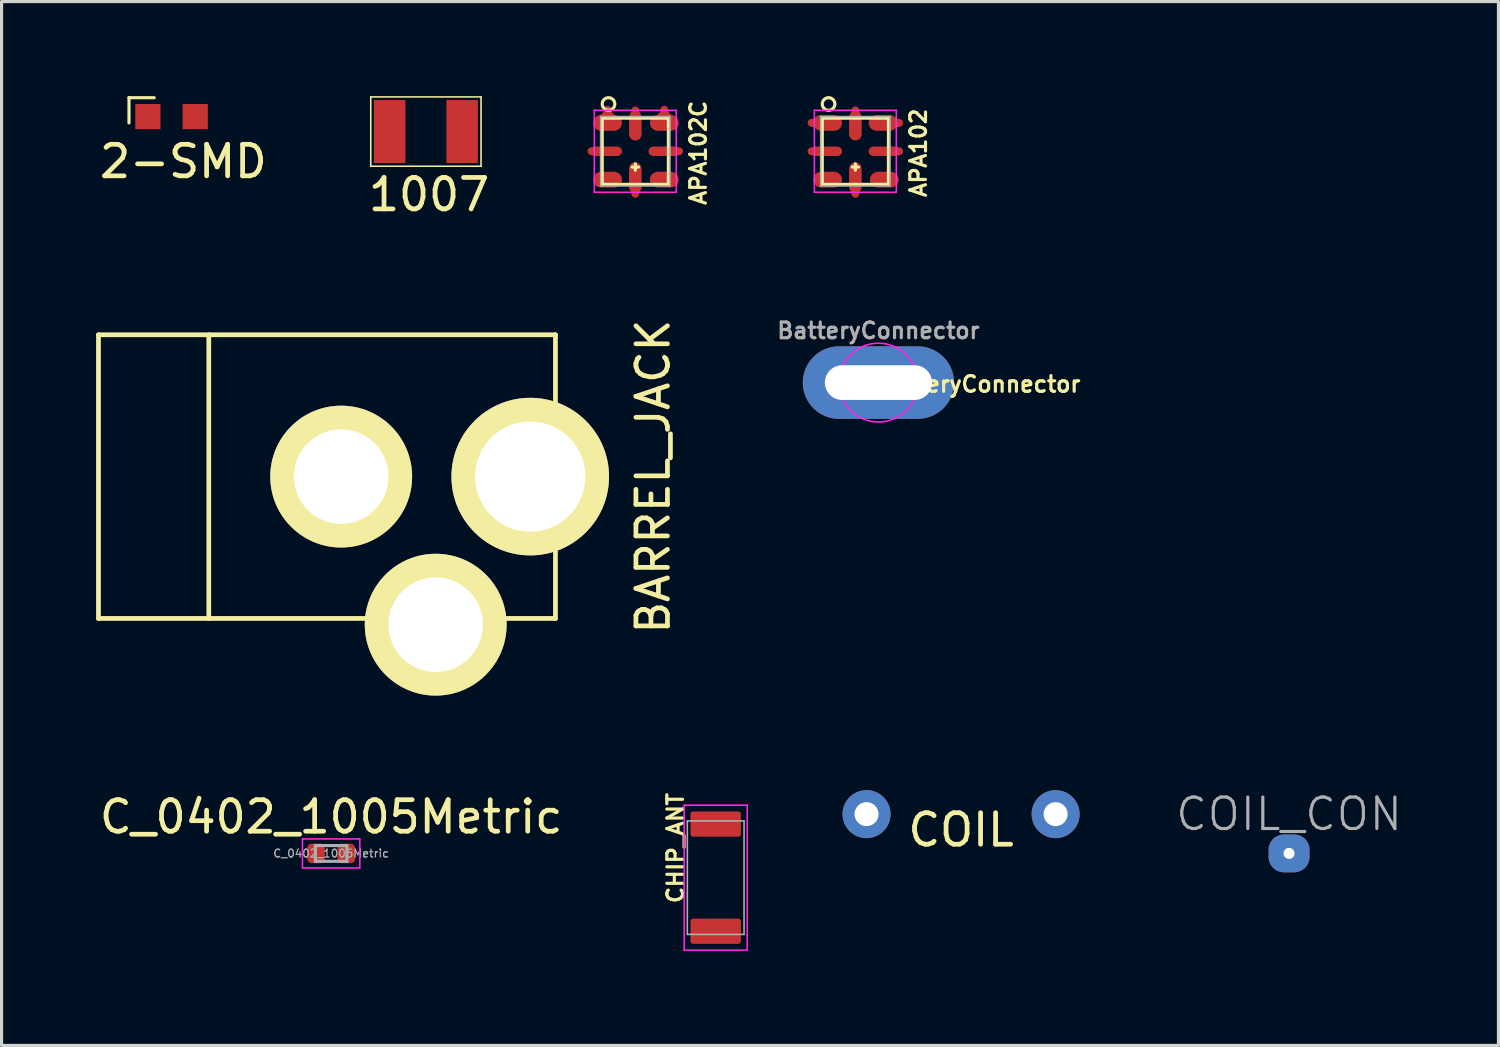
<source format=kicad_pcb>
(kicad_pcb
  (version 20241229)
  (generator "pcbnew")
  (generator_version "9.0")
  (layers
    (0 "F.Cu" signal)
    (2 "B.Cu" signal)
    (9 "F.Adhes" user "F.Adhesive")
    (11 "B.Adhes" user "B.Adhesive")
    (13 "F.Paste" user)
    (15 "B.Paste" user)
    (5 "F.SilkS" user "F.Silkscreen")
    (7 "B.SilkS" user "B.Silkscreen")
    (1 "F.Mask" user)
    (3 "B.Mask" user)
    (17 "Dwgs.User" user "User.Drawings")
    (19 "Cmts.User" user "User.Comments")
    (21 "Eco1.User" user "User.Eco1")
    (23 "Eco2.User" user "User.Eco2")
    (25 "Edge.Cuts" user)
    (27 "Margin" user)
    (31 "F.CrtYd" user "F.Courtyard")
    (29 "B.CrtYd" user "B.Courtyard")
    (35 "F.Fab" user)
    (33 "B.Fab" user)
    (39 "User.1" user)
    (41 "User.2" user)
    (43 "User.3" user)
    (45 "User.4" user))
  (footprint "APA102C"
    (layer "F.Cu")
    (at 17.11 1.75)
    (property "Reference" "APA102C" (at 2 0.05 270) (layer "F.SilkS") (effects (font (size 0.5 0.5) (thickness 0.1))))
    (attr smd)
    (fp_line (start -1.05 -1.05) (end -1.05 1.05) (stroke (width 0.1) (type solid)) (layer "F.SilkS"))
    (fp_line (start -1.05 1.05) (end 1.05 1.05) (stroke (width 0.1) (type solid)) (layer "F.SilkS"))
    (fp_line (start -0.1 0.5) (end 0.1 0.5) (stroke (width 0.1) (type solid)) (layer "F.SilkS"))
    (fp_line (start 0 0.4) (end 0 0.6) (stroke (width 0.1) (type solid)) (layer "F.SilkS"))
    (fp_line (start 1.05 -1.05) (end -1.05 -1.05) (stroke (width 0.1) (type solid)) (layer "F.SilkS"))
    (fp_line (start 1.05 1.05) (end 1.05 -1.05) (stroke (width 0.1) (type solid)) (layer "F.SilkS"))
    (fp_circle (center -0.85 -1.5) (end -0.65 -1.5) (stroke (width 0.1) (type solid)) (fill no) (layer "F.SilkS"))
    (fp_line (start -1.3 -1.3) (end 1.3 -1.3) (stroke (width 0.05) (type solid)) (layer "F.CrtYd"))
    (fp_line (start -1.3 1.3) (end -1.3 -1.3) (stroke (width 0.05) (type solid)) (layer "F.CrtYd"))
    (fp_line (start 1.3 -1.3) (end 1.3 1.3) (stroke (width 0.05) (type solid)) (layer "F.CrtYd"))
    (fp_line (start 1.3 1.3) (end -1.3 1.3) (stroke (width 0.05) (type solid)) (layer "F.CrtYd"))
    (fp_line (start -1.1 -1.1) (end -1.1 1.1) (stroke (width 0.05) (type solid)) (layer "F.Fab"))
    (fp_line (start -1.1 1.1) (end 1.1 1.1) (stroke (width 0.05) (type solid)) (layer "F.Fab"))
    (fp_line (start 1.1 -1.1) (end -1.1 -1.1) (stroke (width 0.05) (type solid)) (layer "F.Fab"))
    (fp_line (start 1.1 1.1) (end 1.1 -1.1) (stroke (width 0.05) (type solid)) (layer "F.Fab"))
    (pad "" smd custom (at -0.9 0.9) (size 0.3 0.5) (layers "F.Cu" "F.Mask" "F.Paste") (options (anchor rect)) (primitives (gr_line (start -0.19 0) (end 0.23 0) (width 0.5))))
    (pad "" smd custom (at 0.9 0.9) (size 0.3 0.5) (layers "F.Cu" "F.Mask" "F.Paste") (options (anchor rect)) (primitives (gr_line (start -0.19 0) (end 0.23 0) (width 0.5))))
    (pad "1" smd custom (at -0.88 -0.9) (size 0.3 0.5) (layers "F.Cu" "F.Mask" "F.Paste") (options (anchor rect)) (primitives (gr_arc (start 0.260401 -0.222058) (mid 0.155407 -0.282349) (end 0.1 -0.39) (width 0.05)) (gr_line (start 0 -0.42) (end 0 -0.21) (width 0.25)) (gr_line (start 0 -0.23) (end 0 -0.16) (width 0.35)) (gr_line (start -0.21 0) (end 0.21 0) (width 0.5)) (gr_arc (start -0.1 -0.39) (mid -0.155407 -0.282349) (end -0.260401 -0.222058) (width 0.05))))
    (pad "2" smd custom (at -0.9 0) (size 0.3 0.3) (layers "F.Cu" "F.Mask" "F.Paste") (options (anchor rect)) (primitives (gr_arc (start -0.430769 -0.111488) (mid -0.45997 -0.103608) (end -0.49 -0.1) (width 0.05)) (gr_line (start -0.49 0) (end -0.4 0) (width 0.25)) (gr_arc (start -0.49 0.1) (mid -0.453507 0.104967) (end -0.418441 0.116227) (width 0.05)) (gr_line (start -0.37 0) (end 0.33 0) (width 0.3))))
    (pad "3" smd custom (at 0 -0.8) (size 0.4 0.4) (layers "F.Cu" "F.Mask" "F.Paste") (options (anchor rect)) (primitives (gr_arc (start -0.1 -0.47) (mid -0.114834 -0.422762) (end -0.140138 -0.380204) (width 0.05)) (gr_arc (start 0.144771 -0.374355) (mid 0.116386 -0.419369) (end 0.1 -0.47) (width 0.05)) (gr_line (start 0 -0.5) (end 0 -0.41) (width 0.25)) (gr_line (start 0 -0.28) (end 0 0.26) (width 0.4))))
    (pad "4" smd custom (at 0 0.9) (size 0.4 0.4) (layers "F.Cu" "F.Mask" "F.Paste") (options (anchor rect)) (primitives (gr_line (start 0 0.23) (end 0 -0.35) (width 0.4)) (gr_arc (start 0.1 0.42) (mid 0.114834 0.372762) (end 0.140138 0.330204) (width 0.05)) (gr_line (start 0 0.45) (end 0 0.36) (width 0.25)) (gr_arc (start -0.144771 0.324355) (mid -0.116386 0.369369) (end -0.1 0.42) (width 0.05))))
    (pad "5" smd custom (at 0.9 0 180) (size 0.3 0.3) (layers "F.Cu" "F.Mask" "F.Paste") (options (anchor rect)) (primitives (gr_arc (start -0.430769 -0.111488) (mid -0.45997 -0.103608) (end -0.49 -0.1) (width 0.05)) (gr_line (start -0.49 0) (end -0.4 0) (width 0.25)) (gr_arc (start -0.49 0.1) (mid -0.453507 0.104967) (end -0.418441 0.116227) (width 0.05)) (gr_line (start -0.37 0) (end 0.33 0) (width 0.3))))
    (pad "6" smd custom (at 0.9 -0.9) (size 0.3 0.5) (layers "F.Cu" "F.Mask" "F.Paste") (options (anchor rect)) (primitives (gr_arc (start 0.280401 -0.222058) (mid 0.175407 -0.282349) (end 0.12 -0.39) (width 0.05)) (gr_arc (start -0.08 -0.39) (mid -0.135407 -0.282349) (end -0.240401 -0.222058) (width 0.05)) (gr_line (start 0.02 -0.23) (end 0.02 -0.16) (width 0.35)) (gr_line (start -0.19 0) (end 0.23 0) (width 0.5)) (gr_line (start 0.02 -0.42) (end 0.02 -0.21) (width 0.25)))))
  (footprint "2-SMD"
    (layer "F.Cu")
    (at 1.643 0.65)
    (property "Reference" "2-SMD" (at 1.125 1.425 0) (layer "F.SilkS") (effects (font (size 1 1) (thickness 0.15))))
    (attr through_hole)
    (fp_line (start -0.6 -0.6) (end -0.6 0.2) (stroke (width 0.05) (type solid)) (layer "F.SilkS"))
    (fp_line (start -0.6 -0.6) (end 0.2 -0.6) (stroke (width 0.1) (type solid)) (layer "F.SilkS"))
    (fp_line (start -0.6 0.2) (end -0.6 -0.6) (stroke (width 0.1) (type solid)) (layer "F.SilkS"))
    (pad "1" smd rect (at 0 0) (size 0.8 0.8) (layers "F.Cu" "F.Mask" "F.Paste"))
    (pad "2" smd rect (at 1.5 0) (size 0.8 0.8) (layers "F.Cu" "F.Mask" "F.Paste")))
  (footprint "APA102"
    (layer "F.Cu")
    (at 24.093 1.75)
    (property "Reference" "APA102" (at 2 0.05 270) (layer "F.SilkS") (effects (font (size 0.5 0.5) (thickness 0.1))))
    (attr smd)
    (fp_line (start -1.05 -1.05) (end -1.05 1.05) (stroke (width 0.1) (type solid)) (layer "F.SilkS"))
    (fp_line (start -1.05 1.05) (end 1.05 1.05) (stroke (width 0.1) (type solid)) (layer "F.SilkS"))
    (fp_line (start -0.1 0.5) (end 0.1 0.5) (stroke (width 0.1) (type solid)) (layer "F.SilkS"))
    (fp_line (start 0 0.4) (end 0 0.6) (stroke (width 0.1) (type solid)) (layer "F.SilkS"))
    (fp_line (start 1.05 -1.05) (end -1.05 -1.05) (stroke (width 0.1) (type solid)) (layer "F.SilkS"))
    (fp_line (start 1.05 1.05) (end 1.05 -1.05) (stroke (width 0.1) (type solid)) (layer "F.SilkS"))
    (fp_circle (center -0.85 -1.5) (end -0.65 -1.5) (stroke (width 0.1) (type solid)) (fill no) (layer "F.SilkS"))
    (fp_line (start -1.3 -1.3) (end 1.3 -1.3) (stroke (width 0.05) (type solid)) (layer "F.CrtYd"))
    (fp_line (start -1.3 1.3) (end -1.3 -1.3) (stroke (width 0.05) (type solid)) (layer "F.CrtYd"))
    (fp_line (start 1.3 -1.3) (end 1.3 1.3) (stroke (width 0.05) (type solid)) (layer "F.CrtYd"))
    (fp_line (start 1.3 1.3) (end -1.3 1.3) (stroke (width 0.05) (type solid)) (layer "F.CrtYd"))
    (fp_line (start -1.1 -1.1) (end 1.1 -1.1) (stroke (width 0.05) (type solid)) (layer "F.Fab"))
    (fp_line (start -1.1 1.1) (end -1.1 -1.1) (stroke (width 0.05) (type solid)) (layer "F.Fab"))
    (fp_line (start 1.1 -1.1) (end 1.1 1.1) (stroke (width 0.05) (type solid)) (layer "F.Fab"))
    (fp_line (start 1.1 1.1) (end -1.1 1.1) (stroke (width 0.05) (type solid)) (layer "F.Fab"))
    (pad "" smd custom (at -0.9 0.9) (size 0.3 0.5) (layers "F.Cu" "F.Mask" "F.Paste") (options (anchor rect)) (primitives (gr_line (start -0.19 0) (end 0.23 0) (width 0.5))))
    (pad "" smd custom (at 0.9 0.9) (size 0.3 0.5) (layers "F.Cu" "F.Mask" "F.Paste") (options (anchor rect)) (primitives (gr_line (start -0.19 0) (end 0.23 0) (width 0.5))))
    (pad "1" smd custom (at -0.9 -0.9) (size 0.3 0.5) (layers "F.Cu" "F.Mask" "F.Paste") (options (anchor rect)) (primitives (gr_arc (start -0.46 0.1) (mid -0.39381 0.124464) (end -0.339191 0.169144) (width 0.05)) (gr_arc (start -0.339191 -0.169144) (mid -0.39381 -0.124464) (end -0.46 -0.1) (width 0.05)) (gr_line (start -0.49 0) (end -0.4 0) (width 0.25)) (gr_line (start -0.19 0) (end 0.23 0) (width 0.5))))
    (pad "2" smd custom (at -0.9 0) (size 0.3 0.3) (layers "F.Cu" "F.Mask" "F.Paste") (options (anchor rect)) (primitives (gr_arc (start -0.430769 -0.111488) (mid -0.45997 -0.103608) (end -0.49 -0.1) (width 0.05)) (gr_line (start -0.49 0) (end -0.4 0) (width 0.25)) (gr_arc (start -0.49 0.1) (mid -0.453507 0.104967) (end -0.418441 0.116227) (width 0.05)) (gr_line (start -0.37 0) (end 0.33 0) (width 0.3))))
    (pad "3" smd custom (at 0 -0.8) (size 0.4 0.4) (layers "F.Cu" "F.Mask" "F.Paste") (options (anchor rect)) (primitives (gr_arc (start -0.1 -0.47) (mid -0.114834 -0.422762) (end -0.140138 -0.380204) (width 0.05)) (gr_arc (start 0.144771 -0.374355) (mid 0.116386 -0.419369) (end 0.1 -0.47) (width 0.05)) (gr_line (start 0 -0.5) (end 0 -0.41) (width 0.25)) (gr_line (start 0 -0.28) (end 0 0.26) (width 0.4))))
    (pad "4" smd custom (at 0 0.9) (size 0.4 0.4) (layers "F.Cu" "F.Mask" "F.Paste") (options (anchor rect)) (primitives (gr_line (start 0 0.23) (end 0 -0.35) (width 0.4)) (gr_arc (start 0.1 0.42) (mid 0.114834 0.372762) (end 0.140138 0.330204) (width 0.05)) (gr_line (start 0 0.45) (end 0 0.36) (width 0.25)) (gr_arc (start -0.144771 0.324355) (mid -0.116386 0.369369) (end -0.1 0.42) (width 0.05))))
    (pad "5" smd custom (at 0.9 0 180) (size 0.3 0.3) (layers "F.Cu" "F.Mask" "F.Paste") (options (anchor rect)) (primitives (gr_arc (start -0.430769 -0.111488) (mid -0.45997 -0.103608) (end -0.49 -0.1) (width 0.05)) (gr_line (start -0.49 0) (end -0.4 0) (width 0.25)) (gr_arc (start -0.49 0.1) (mid -0.453507 0.104967) (end -0.418441 0.116227) (width 0.05)) (gr_line (start -0.37 0) (end 0.33 0) (width 0.3))))
    (pad "6" smd custom (at 0.9 -0.9 180) (size 0.3 0.5) (layers "F.Cu" "F.Mask" "F.Paste") (options (anchor rect)) (primitives (gr_line (start -0.19 0) (end 0.23 0) (width 0.5)) (gr_arc (start -0.46 0.1) (mid -0.39381 0.124464) (end -0.339191 0.169144) (width 0.05)) (gr_line (start -0.49 0) (end -0.4 0) (width 0.25)) (gr_arc (start -0.339191 -0.169144) (mid -0.39381 -0.124464) (end -0.46 -0.1) (width 0.05)))))
  (footprint "BARREL_JACK"
    (layer "F.Cu")
    (at 7.576 12.074)
    (property "Reference" "BARREL_JACK" (at 10.099 0 90) (layer "F.SilkS") (effects (font (size 1 1) (thickness 0.15))))
    (attr through_hole)
    (fp_line (start -7.501 -4.501) (end -7.501 4.501) (stroke (width 0.15) (type solid)) (layer "F.SilkS"))
    (fp_line (start -7.501 4.501) (end 7 4.501) (stroke (width 0.15) (type solid)) (layer "F.SilkS"))
    (fp_line (start -4 -4.501) (end -4 4.501) (stroke (width 0.15) (type solid)) (layer "F.SilkS"))
    (fp_line (start 7 -4.501) (end -7.501 -4.501) (stroke (width 0.15) (type solid)) (layer "F.SilkS"))
    (fp_line (start 7 4.501) (end 7 -4.501) (stroke (width 0.15) (type solid)) (layer "F.SilkS"))
    (pad "1" thru_hole circle (at 6.2 0) (size 5 5) (drill 3.5) (layers "*.Cu" "*.Mask" "F.SilkS"))
    (pad "2" thru_hole circle (at 0.201 0) (size 4.5 4.5) (drill 3) (layers "*.Cu" "*.Mask" "F.SilkS"))
    (pad "3" thru_hole circle (at 3.2 4.699) (size 4.5 4.5) (drill 3) (layers "*.Cu" "*.Mask" "F.SilkS")))
  (footprint "BatteryConnector"
    (layer "F.Cu")
    (at 24.825 9.091)
    (property "Reference" "BatteryConnector" (at 3.2 0.05 180) (layer "F.SilkS") (effects (font (size 0.5 0.5) (thickness 0.1))))
    (attr exclude_from_pos_files exclude_from_bom)
    (fp_circle (center 0 0) (end 1.25 0) (stroke (width 0.05) (type solid)) (fill no) (layer "F.CrtYd"))
    (fp_text user "${REFERENCE}" (at 0 -1.65 0) (layer "F.Fab") (effects (font (size 0.5 0.5) (thickness 0.1))))
    (pad "1" thru_hole oval (at 0 0) (size 4.8 2.3) (drill oval 3.4 1.1) (layers "*.Cu" "*.Mask")))
  (footprint "CHIP_ANT"
    (layer "F.Cu")
    (at 19.661 26.501)
    (property "Reference" "CHIP_ANT" (at -1.277 -2.64 90) (layer "F.SilkS") (effects (font (size 0.5 0.5) (thickness 0.1))))
    (attr smd)
    (fp_line (start -1 -4) (end -1 -3.9) (stroke (width 0.05) (type solid)) (layer "F.CrtYd"))
    (fp_line (start -1 -3.9) (end -1 0.6) (stroke (width 0.05) (type solid)) (layer "F.CrtYd"))
    (fp_line (start -1 0.6) (end 1 0.6) (stroke (width 0.05) (type solid)) (layer "F.CrtYd"))
    (fp_line (start 1 -4) (end -1 -4) (stroke (width 0.05) (type solid)) (layer "F.CrtYd"))
    (fp_line (start 1 0.6) (end 1 -4) (stroke (width 0.05) (type solid)) (layer "F.CrtYd"))
    (fp_line (start -0.9 -3.5) (end -0.9 0.1) (stroke (width 0.05) (type solid)) (layer "F.Fab"))
    (fp_line (start -0.9 0.1) (end 0.9 0.1) (stroke (width 0.05) (type solid)) (layer "F.Fab"))
    (fp_line (start 0.9 -3.5) (end -0.9 -3.5) (stroke (width 0.05) (type solid)) (layer "F.Fab"))
    (fp_line (start 0.9 0.1) (end 0.9 -3.5) (stroke (width 0.05) (type solid)) (layer "F.Fab"))
    (pad "1" smd roundrect (at 0 0) (size 1.6 0.8) (layers "F.Cu" "F.Mask" "F.Paste") (roundrect_rratio 0.1))
    (pad "2" smd roundrect (at 0.000001 -3.4) (size 1.6 0.8) (layers "F.Cu" "F.Mask" "F.Paste") (roundrect_rratio 0.1)))
  (footprint "COIL"
    (layer "F.Cu")
    (at 27.448 22.785)
    (property "Reference" "COIL" (at 0 0.5 0) (layer "F.SilkS") (effects (font (size 1 1) (thickness 0.15))))
    (attr through_hole)
    (pad "1" thru_hole circle (at -3 0) (size 1.524 1.524) (drill 0.762) (layers "*.Cu" "*.Mask"))
    (pad "2" thru_hole circle (at 3 0) (size 1.524 1.524) (drill 0.762) (layers "*.Cu" "*.Mask")))
  (footprint "COIL_CON"
    (layer "F.Cu")
    (at 37.856 24.181)
    (property "Reference" "COIL_CON" (at 0 -1.397 0) (unlocked yes) (layer "F.Fab") (effects (font (size 1 1) (thickness 0.1))))
    (attr through_hole exclude_from_bom)
    (pad "1" thru_hole roundrect (at 0 -0.15) (size 1.3 1.2) (drill 0.35) (layers "*.Cu" "*.Mask") (remove_unused_layers yes) (keep_end_layers yes) (zone_layer_connections) (roundrect_rratio 0.4)))
  (footprint "1007"
    (layer "F.Cu")
    (at 10.465 1.125)
    (property "Reference" "1007" (at 0.1 2 0) (layer "F.SilkS") (effects (font (size 1 1) (thickness 0.15))))
    (attr through_hole)
    (fp_line (start -1.75 1.1) (end -1.75 -1.1) (stroke (width 0.05) (type solid)) (layer "F.SilkS"))
    (fp_line (start -1.75 1.1) (end 1.75 1.1) (stroke (width 0.05) (type solid)) (layer "F.SilkS"))
    (fp_line (start 1.75 -1.1) (end -1.75 -1.1) (stroke (width 0.05) (type solid)) (layer "F.SilkS"))
    (fp_line (start 1.75 -1.1) (end 1.75 1.1) (stroke (width 0.05) (type solid)) (layer "F.SilkS"))
    (pad "1" smd rect (at -1.15 0) (size 1 2) (layers "F.Cu" "F.Mask" "F.Paste"))
    (pad "2" smd rect (at 1.15 0) (size 1 2) (layers "F.Cu" "F.Mask" "F.Paste")))
  (footprint "C_0402_1005Metric"
    (layer "F.Cu")
    (at 7.458 24.032)
    (property "Reference" "C_0402_1005Metric" (at 0 -1.16 0) (layer "F.SilkS") (effects (font (size 1 1) (thickness 0.15))))
    (attr smd)
    (fp_line (start -0.91 -0.46) (end 0.91 -0.46) (stroke (width 0.05) (type solid)) (layer "F.CrtYd"))
    (fp_line (start -0.91 0.46) (end -0.91 -0.46) (stroke (width 0.05) (type solid)) (layer "F.CrtYd"))
    (fp_line (start 0.91 -0.46) (end 0.91 0.46) (stroke (width 0.05) (type solid)) (layer "F.CrtYd"))
    (fp_line (start 0.91 0.46) (end -0.91 0.46) (stroke (width 0.05) (type solid)) (layer "F.CrtYd"))
    (fp_line (start -0.5 -0.25) (end 0.5 -0.25) (stroke (width 0.1) (type solid)) (layer "F.Fab"))
    (fp_line (start -0.5 0.25) (end -0.5 -0.25) (stroke (width 0.1) (type solid)) (layer "F.Fab"))
    (fp_line (start 0.5 -0.25) (end 0.5 0.25) (stroke (width 0.1) (type solid)) (layer "F.Fab"))
    (fp_line (start 0.5 0.25) (end -0.5 0.25) (stroke (width 0.1) (type solid)) (layer "F.Fab"))
    (fp_text user "${REFERENCE}" (at 0 0 0) (layer "F.Fab") (effects (font (size 0.25 0.25) (thickness 0.04))))
    (pad "1" smd roundrect (at -0.48 0) (size 0.56 0.62) (layers "F.Cu" "F.Mask" "F.Paste") (roundrect_rratio 0.25))
    (pad "2" smd roundrect (at 0.48 0) (size 0.56 0.62) (layers "F.Cu" "F.Mask" "F.Paste") (roundrect_rratio 0.25)))
  (gr_rect
    (start -3 -3)
    (end 44.501 30.126)
    (stroke (width 0.1) (type default))
    (fill no)
    (layer "Edge.Cuts")))
</source>
